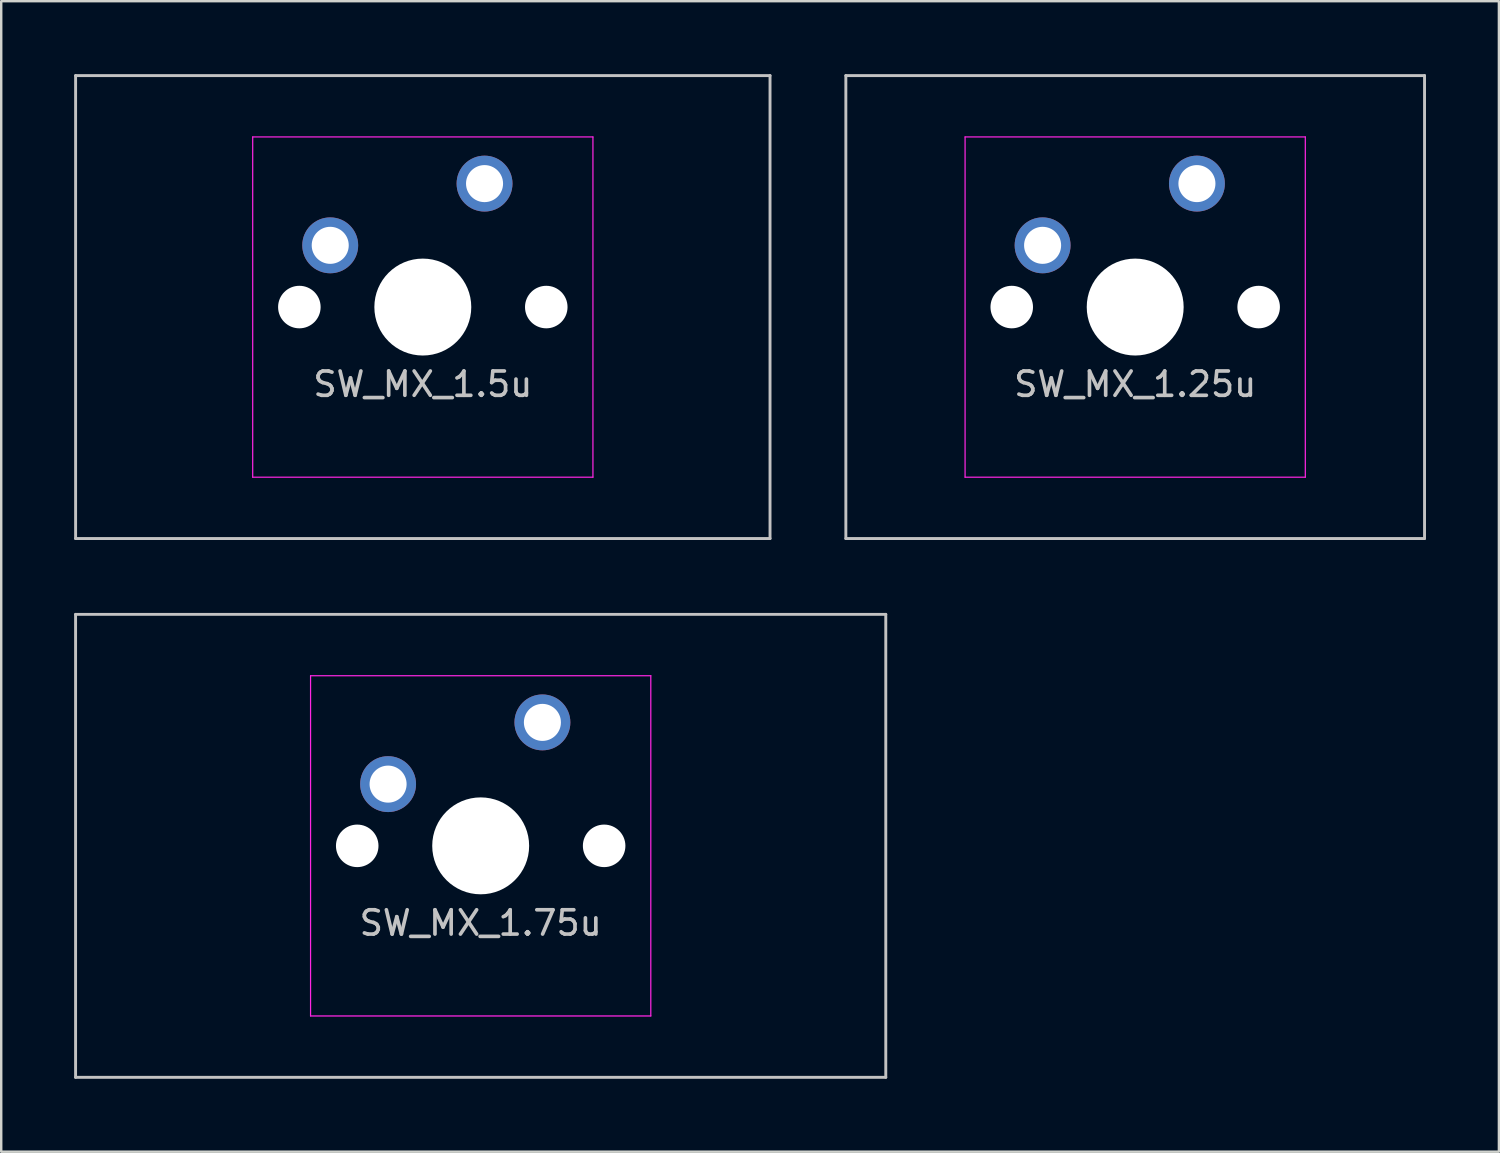
<source format=kicad_pcb>
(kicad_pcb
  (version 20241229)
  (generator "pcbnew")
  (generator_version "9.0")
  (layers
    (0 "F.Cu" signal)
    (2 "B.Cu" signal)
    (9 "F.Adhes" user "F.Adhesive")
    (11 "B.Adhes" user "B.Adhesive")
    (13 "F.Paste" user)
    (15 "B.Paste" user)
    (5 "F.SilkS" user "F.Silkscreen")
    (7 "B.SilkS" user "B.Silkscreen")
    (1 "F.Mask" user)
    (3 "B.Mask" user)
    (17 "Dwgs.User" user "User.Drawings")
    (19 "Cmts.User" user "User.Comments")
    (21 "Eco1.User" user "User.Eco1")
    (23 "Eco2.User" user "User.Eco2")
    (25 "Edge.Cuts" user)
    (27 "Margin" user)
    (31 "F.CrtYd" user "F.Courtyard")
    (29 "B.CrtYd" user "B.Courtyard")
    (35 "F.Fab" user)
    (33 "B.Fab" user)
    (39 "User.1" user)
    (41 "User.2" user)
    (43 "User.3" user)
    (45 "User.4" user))
  (footprint "SW_MX_1.75u"
    (layer "F.Cu")
    (at 16.729 31.755)
    (property "Reference" "SW_MX_1.75u" (at 0 3.175 0) (layer "Dwgs.User") (effects (font (size 1 1) (thickness 0.15))))
    (attr through_hole exclude_from_pos_files exclude_from_bom)
    (fp_line (start -16.669 -9.525) (end -16.669 9.525) (stroke (width 0.12) (type solid)) (layer "Dwgs.User"))
    (fp_line (start -16.669 9.525) (end 16.669 9.525) (stroke (width 0.12) (type solid)) (layer "Dwgs.User"))
    (fp_line (start 16.669 -9.525) (end -16.669 -9.525) (stroke (width 0.12) (type solid)) (layer "Dwgs.User"))
    (fp_line (start 16.669 9.525) (end 16.669 -9.525) (stroke (width 0.12) (type solid)) (layer "Dwgs.User"))
    (fp_line (start -7 6.5) (end -7 -6.5) (stroke (width 0.05) (type solid)) (layer "Eco2.User"))
    (fp_line (start -6.5 -7) (end 6.5 -7) (stroke (width 0.05) (type solid)) (layer "Eco2.User"))
    (fp_line (start 6.5 7) (end -6.5 7) (stroke (width 0.05) (type solid)) (layer "Eco2.User"))
    (fp_line (start 7 -6.5) (end 7 6.5) (stroke (width 0.05) (type solid)) (layer "Eco2.User"))
    (fp_arc (start -7 -6.5) (mid -6.853553 -6.853553) (end -6.5 -7) (stroke (width 0.05) (type solid)) (layer "Eco2.User"))
    (fp_arc (start -6.5 7) (mid -6.853553 6.853553) (end -7 6.5) (stroke (width 0.05) (type solid)) (layer "Eco2.User"))
    (fp_arc (start 6.5 -7) (mid 6.853553 -6.853553) (end 7 -6.5) (stroke (width 0.05) (type solid)) (layer "Eco2.User"))
    (fp_arc (start 6.997236 6.498884) (mid 6.850789 6.852437) (end 6.497236 6.998884) (stroke (width 0.05) (type solid)) (layer "Eco2.User"))
    (fp_line (start -7 -7) (end -7 7) (stroke (width 0.05) (type solid)) (layer "F.CrtYd"))
    (fp_line (start -7 7) (end 7 7) (stroke (width 0.05) (type solid)) (layer "F.CrtYd"))
    (fp_line (start 7 -7) (end -7 -7) (stroke (width 0.05) (type solid)) (layer "F.CrtYd"))
    (fp_line (start 7 7) (end 7 -7) (stroke (width 0.05) (type solid)) (layer "F.CrtYd"))
    (pad "" np_thru_hole circle (at -5.08 0) (size 1.75 1.75) (drill 1.75) (layers "*.Cu" "*.Mask"))
    (pad "" np_thru_hole circle (at 0 0) (size 3.988 3.988) (drill 3.988) (layers "*.Cu" "*.Mask"))
    (pad "" np_thru_hole circle (at 5.08 0) (size 1.75 1.75) (drill 1.75) (layers "*.Cu" "*.Mask"))
    (pad "1" thru_hole circle (at -3.81 -2.54) (size 2.3 2.3) (drill 1.524) (layers "*.Cu" "B.Mask"))
    (pad "2" thru_hole circle (at 2.54 -5.08) (size 2.3 2.3) (drill 1.524) (layers "*.Cu" "B.Mask")))
  (footprint "SW_MX_1.25u"
    (layer "F.Cu")
    (at 43.661 9.585)
    (property "Reference" "SW_MX_1.25u" (at 0 3.175 0) (layer "Dwgs.User") (effects (font (size 1 1) (thickness 0.15))))
    (attr through_hole exclude_from_pos_files exclude_from_bom)
    (fp_line (start -11.906 -9.525) (end -11.906 9.525) (stroke (width 0.12) (type solid)) (layer "Dwgs.User"))
    (fp_line (start -11.906 9.525) (end 11.906 9.525) (stroke (width 0.12) (type solid)) (layer "Dwgs.User"))
    (fp_line (start 11.906 -9.525) (end -11.906 -9.525) (stroke (width 0.12) (type solid)) (layer "Dwgs.User"))
    (fp_line (start 11.906 9.525) (end 11.906 -9.525) (stroke (width 0.12) (type solid)) (layer "Dwgs.User"))
    (fp_line (start -7 6.5) (end -7 -6.5) (stroke (width 0.05) (type solid)) (layer "Eco2.User"))
    (fp_line (start -6.5 -7) (end 6.5 -7) (stroke (width 0.05) (type solid)) (layer "Eco2.User"))
    (fp_line (start 6.5 7) (end -6.5 7) (stroke (width 0.05) (type solid)) (layer "Eco2.User"))
    (fp_line (start 7 -6.5) (end 7 6.5) (stroke (width 0.05) (type solid)) (layer "Eco2.User"))
    (fp_arc (start -7 -6.5) (mid -6.853553 -6.853553) (end -6.5 -7) (stroke (width 0.05) (type solid)) (layer "Eco2.User"))
    (fp_arc (start -6.5 7) (mid -6.853553 6.853553) (end -7 6.5) (stroke (width 0.05) (type solid)) (layer "Eco2.User"))
    (fp_arc (start 6.5 -7) (mid 6.853553 -6.853553) (end 7 -6.5) (stroke (width 0.05) (type solid)) (layer "Eco2.User"))
    (fp_arc (start 6.997236 6.498884) (mid 6.850789 6.852437) (end 6.497236 6.998884) (stroke (width 0.05) (type solid)) (layer "Eco2.User"))
    (fp_line (start -7 -7) (end -7 7) (stroke (width 0.05) (type solid)) (layer "F.CrtYd"))
    (fp_line (start -7 7) (end 7 7) (stroke (width 0.05) (type solid)) (layer "F.CrtYd"))
    (fp_line (start 7 -7) (end -7 -7) (stroke (width 0.05) (type solid)) (layer "F.CrtYd"))
    (fp_line (start 7 7) (end 7 -7) (stroke (width 0.05) (type solid)) (layer "F.CrtYd"))
    (pad "" np_thru_hole circle (at -5.08 0) (size 1.75 1.75) (drill 1.75) (layers "*.Cu" "*.Mask"))
    (pad "" np_thru_hole circle (at 0 0) (size 3.988 3.988) (drill 3.988) (layers "*.Cu" "*.Mask"))
    (pad "" np_thru_hole circle (at 5.08 0) (size 1.75 1.75) (drill 1.75) (layers "*.Cu" "*.Mask"))
    (pad "1" thru_hole circle (at -3.81 -2.54) (size 2.3 2.3) (drill 1.524) (layers "*.Cu" "B.Mask"))
    (pad "2" thru_hole circle (at 2.54 -5.08) (size 2.3 2.3) (drill 1.524) (layers "*.Cu" "B.Mask")))
  (footprint "SW_MX_1.5u"
    (layer "F.Cu")
    (at 14.348 9.585)
    (property "Reference" "SW_MX_1.5u" (at 0 3.175 0) (layer "Dwgs.User") (effects (font (size 1 1) (thickness 0.15))))
    (attr through_hole exclude_from_pos_files exclude_from_bom)
    (fp_line (start -14.287 -9.525) (end -14.287 9.525) (stroke (width 0.12) (type solid)) (layer "Dwgs.User"))
    (fp_line (start -14.287 9.525) (end 14.287 9.525) (stroke (width 0.12) (type solid)) (layer "Dwgs.User"))
    (fp_line (start 14.287 -9.525) (end -14.287 -9.525) (stroke (width 0.12) (type solid)) (layer "Dwgs.User"))
    (fp_line (start 14.287 9.525) (end 14.287 -9.525) (stroke (width 0.12) (type solid)) (layer "Dwgs.User"))
    (fp_line (start -7 6.5) (end -7 -6.5) (stroke (width 0.05) (type solid)) (layer "Eco2.User"))
    (fp_line (start -6.5 -7) (end 6.5 -7) (stroke (width 0.05) (type solid)) (layer "Eco2.User"))
    (fp_line (start 6.5 7) (end -6.5 7) (stroke (width 0.05) (type solid)) (layer "Eco2.User"))
    (fp_line (start 7 -6.5) (end 7 6.5) (stroke (width 0.05) (type solid)) (layer "Eco2.User"))
    (fp_arc (start -7 -6.5) (mid -6.853553 -6.853553) (end -6.5 -7) (stroke (width 0.05) (type solid)) (layer "Eco2.User"))
    (fp_arc (start -6.5 7) (mid -6.853553 6.853553) (end -7 6.5) (stroke (width 0.05) (type solid)) (layer "Eco2.User"))
    (fp_arc (start 6.5 -7) (mid 6.853553 -6.853553) (end 7 -6.5) (stroke (width 0.05) (type solid)) (layer "Eco2.User"))
    (fp_arc (start 6.997236 6.498884) (mid 6.850789 6.852437) (end 6.497236 6.998884) (stroke (width 0.05) (type solid)) (layer "Eco2.User"))
    (fp_line (start -7 -7) (end -7 7) (stroke (width 0.05) (type solid)) (layer "F.CrtYd"))
    (fp_line (start -7 7) (end 7 7) (stroke (width 0.05) (type solid)) (layer "F.CrtYd"))
    (fp_line (start 7 -7) (end -7 -7) (stroke (width 0.05) (type solid)) (layer "F.CrtYd"))
    (fp_line (start 7 7) (end 7 -7) (stroke (width 0.05) (type solid)) (layer "F.CrtYd"))
    (pad "" np_thru_hole circle (at -5.08 0) (size 1.75 1.75) (drill 1.75) (layers "*.Cu" "*.Mask"))
    (pad "" np_thru_hole circle (at 0 0) (size 3.988 3.988) (drill 3.988) (layers "*.Cu" "*.Mask"))
    (pad "" np_thru_hole circle (at 5.08 0) (size 1.75 1.75) (drill 1.75) (layers "*.Cu" "*.Mask"))
    (pad "1" thru_hole circle (at -3.81 -2.54) (size 2.3 2.3) (drill 1.524) (layers "*.Cu" "B.Mask"))
    (pad "2" thru_hole circle (at 2.54 -5.08) (size 2.3 2.3) (drill 1.524) (layers "*.Cu" "B.Mask")))
  (gr_rect
    (start -3 -3)
    (end 58.627 44.34)
    (stroke (width 0.1) (type default))
    (fill no)
    (layer "Edge.Cuts")))
</source>
